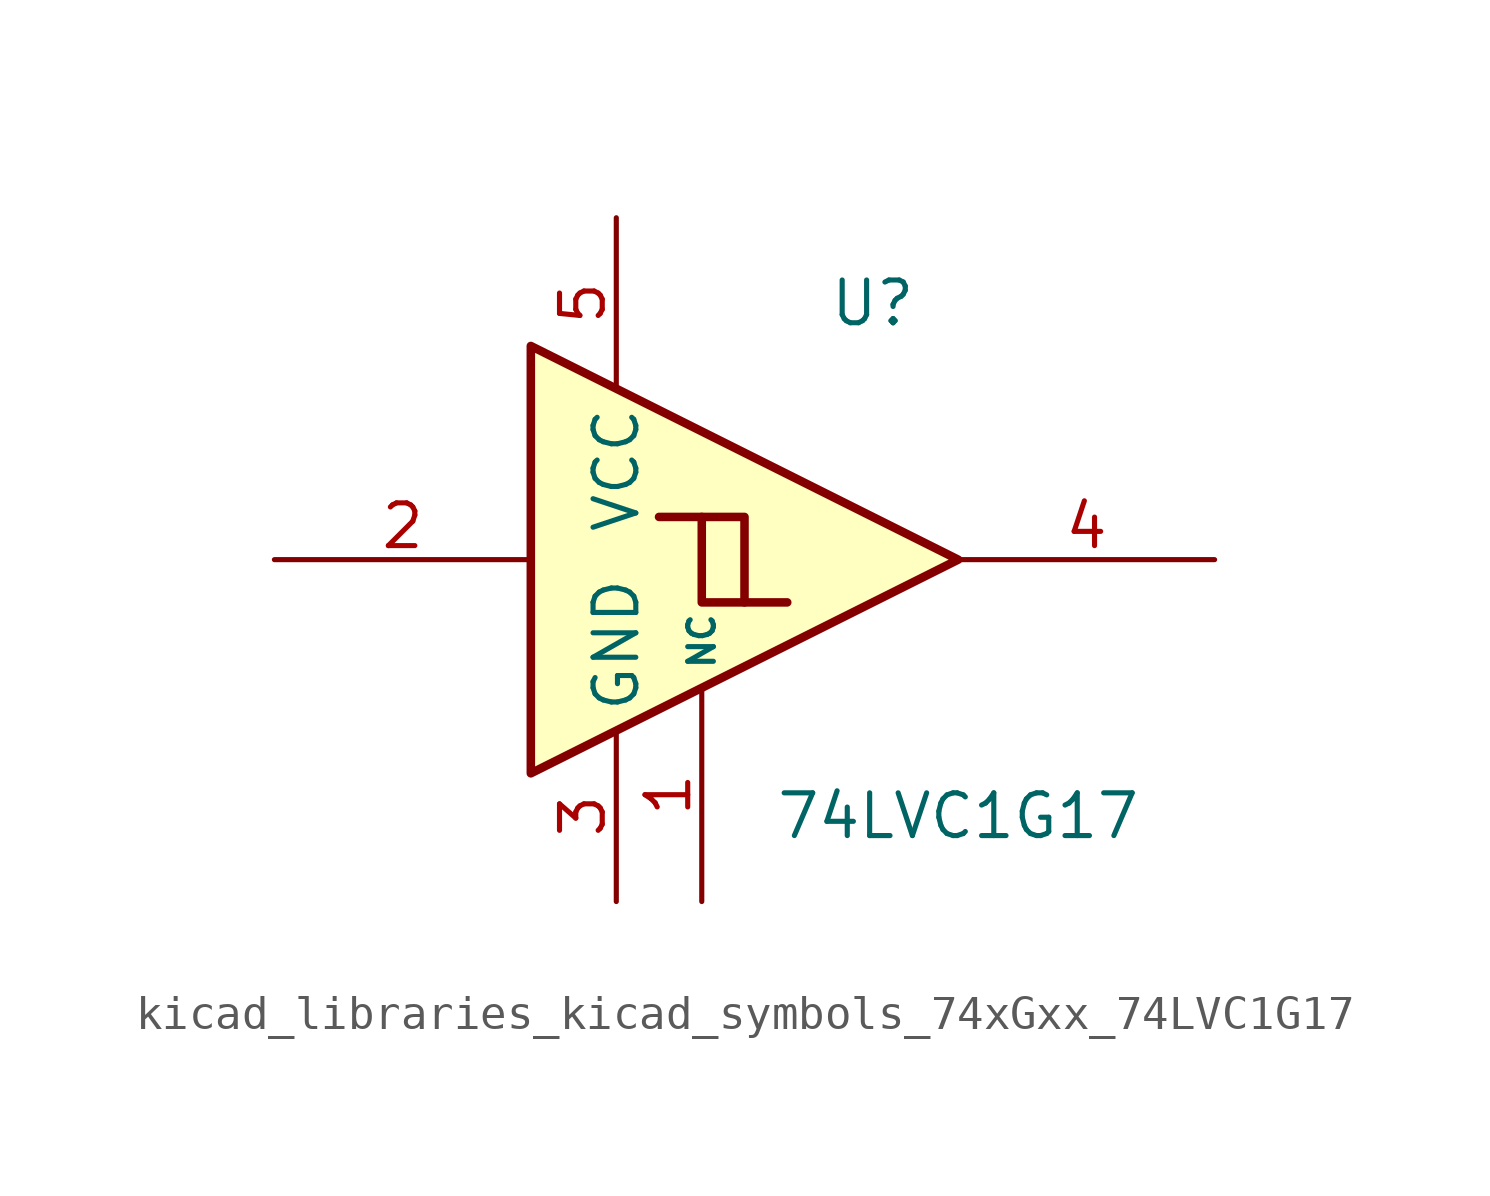
<source format=kicad_sym>
(kicad_symbol_lib
  (version 20220914)
  (generator kicad_symbol_editor)
  (symbol "kicad_libraries_kicad_symbols_74xGxx_74LVC1G17"
    (property "Reference" "U"
      (at 2.54 7.62 0)
      (effects (font (size 1.27 1.27))))
    (property "Value" "74LVC1G17"
      (at 5.08 -7.62 0)
      (effects (font (size 1.27 1.27))))
    (symbol "kicad_libraries_kicad_symbols_74xGxx_74LVC1G17_0_1"
      (polyline (pts (xy -2.54 1.27) (xy -1.27 1.27) (xy -1.27 -1.27)) (stroke (width 0.254) (type default)) (fill (type background)))
      (polyline (pts (xy -7.62 6.35) (xy -7.62 -6.35) (xy 5.08 0) (xy -7.62 6.35)) (stroke (width 0.254) (type default)) (fill (type background)))
      (polyline (pts (xy -3.81 1.27) (xy -2.54 1.27) (xy -2.54 -1.27) (xy 0 -1.27)) (stroke (width 0.254) (type default)) (fill (type background))))
    (symbol "kicad_libraries_kicad_symbols_74xGxx_74LVC1G17_1_1"
      (pin free line (at -2.54 -10.16 90) (length 6.35) (name "NC" (effects (font (size 0.762 0.762)))) (number "1" (effects (font (size 1.27 1.27)))))
      (pin input line (at -15.24 0 0) (length 7.62) (name "~" (effects (font (size 1.27 1.27)))) (number "2" (effects (font (size 1.27 1.27)))))
      (pin power_in line (at -5.08 -10.16 90) (length 5.08) (name "GND" (effects (font (size 1.27 1.27)))) (number "3" (effects (font (size 1.27 1.27)))))
      (pin output line (at 12.7 0 180) (length 7.62) (name "~" (effects (font (size 1.27 1.27)))) (number "4" (effects (font (size 1.27 1.27)))))
      (pin power_in line (at -5.08 10.16 270) (length 5.08) (name "VCC" (effects (font (size 1.27 1.27)))) (number "5" (effects (font (size 1.27 1.27))))))))
</source>
